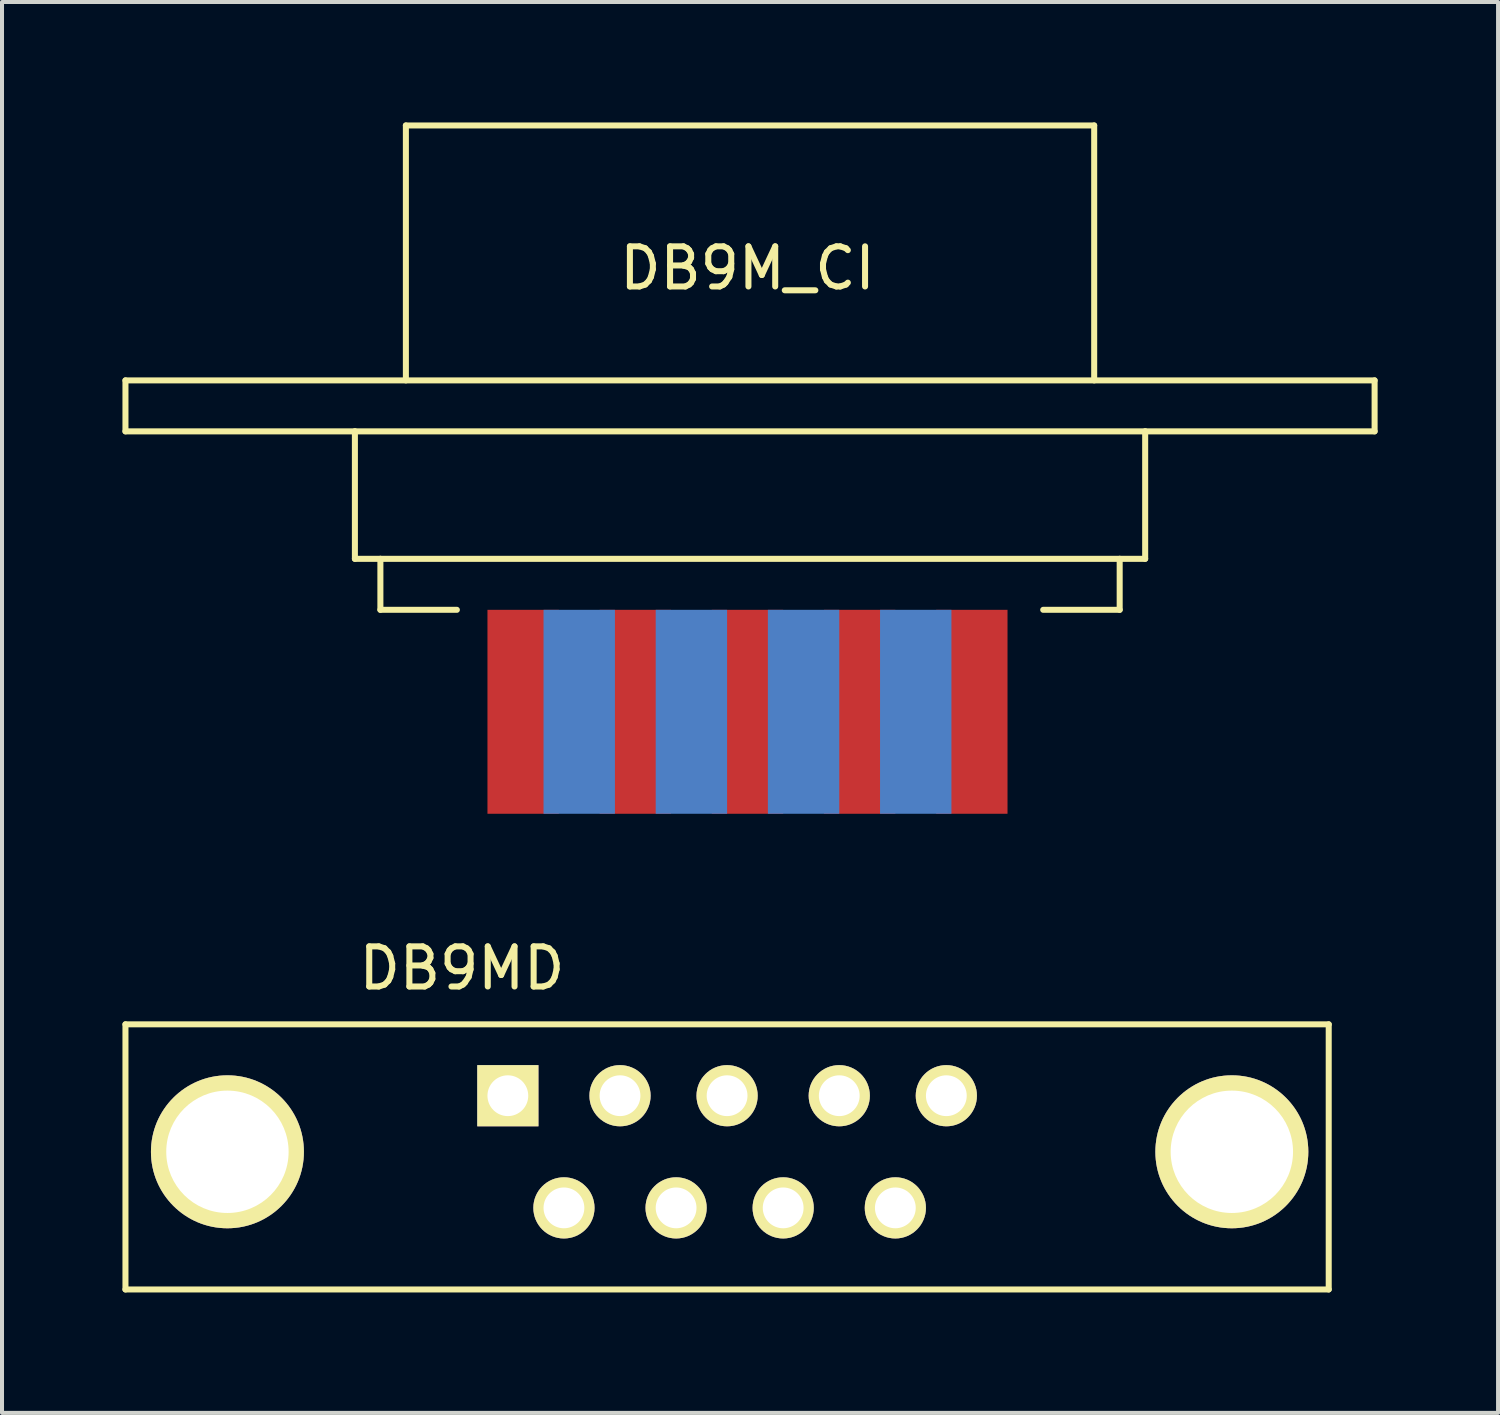
<source format=kicad_pcb>
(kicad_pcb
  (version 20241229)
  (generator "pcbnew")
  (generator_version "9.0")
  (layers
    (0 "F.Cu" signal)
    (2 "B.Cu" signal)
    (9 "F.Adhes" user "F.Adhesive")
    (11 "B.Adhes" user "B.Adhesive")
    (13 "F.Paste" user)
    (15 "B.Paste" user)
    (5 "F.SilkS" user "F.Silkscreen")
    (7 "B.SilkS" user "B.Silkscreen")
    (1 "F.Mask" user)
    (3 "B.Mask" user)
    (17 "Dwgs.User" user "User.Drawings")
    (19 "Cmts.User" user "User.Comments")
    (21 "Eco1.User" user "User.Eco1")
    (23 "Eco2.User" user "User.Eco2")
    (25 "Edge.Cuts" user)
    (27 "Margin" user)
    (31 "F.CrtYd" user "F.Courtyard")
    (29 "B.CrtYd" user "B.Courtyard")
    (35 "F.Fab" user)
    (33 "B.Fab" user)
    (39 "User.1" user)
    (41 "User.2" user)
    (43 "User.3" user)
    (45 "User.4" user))
  (footprint "DB9MD"
    (layer "F.Cu")
    (at 15.061 25.64)
    (property "Reference" "DB9MD" (at -6.604 -4.572 0) (layer "F.SilkS") (effects (font (size 1 1) (thickness 0.15))))
    (attr through_hole)
    (fp_line (start -14.986 -3.175) (end -14.986 3.429) (stroke (width 0.15) (type solid)) (layer "F.SilkS"))
    (fp_line (start -14.986 3.429) (end 14.986 3.429) (stroke (width 0.15) (type solid)) (layer "F.SilkS"))
    (fp_line (start 14.986 -3.175) (end -14.986 -3.175) (stroke (width 0.15) (type solid)) (layer "F.SilkS"))
    (fp_line (start 14.986 3.429) (end 14.986 -3.175) (stroke (width 0.15) (type solid)) (layer "F.SilkS"))
    (pad "0" thru_hole circle (at -12.446 0) (size 3.81 3.81) (drill 3.048) (layers "*.Cu" "*.Mask" "F.SilkS"))
    (pad "0" thru_hole circle (at 12.573 0) (size 3.81 3.81) (drill 3.048) (layers "*.Cu" "*.Mask" "F.SilkS"))
    (pad "1" thru_hole rect (at -5.461 -1.397) (size 1.524 1.524) (drill 1.016) (layers "*.Cu" "*.Mask" "F.SilkS"))
    (pad "2" thru_hole circle (at -2.667 -1.397) (size 1.524 1.524) (drill 1.016) (layers "*.Cu" "*.Mask" "F.SilkS"))
    (pad "3" thru_hole circle (at 0 -1.397) (size 1.524 1.524) (drill 1.016) (layers "*.Cu" "*.Mask" "F.SilkS"))
    (pad "4" thru_hole circle (at 2.794 -1.397) (size 1.524 1.524) (drill 1.016) (layers "*.Cu" "*.Mask" "F.SilkS"))
    (pad "5" thru_hole circle (at 5.461 -1.397) (size 1.524 1.524) (drill 1.016) (layers "*.Cu" "*.Mask" "F.SilkS"))
    (pad "6" thru_hole circle (at -4.064 1.397) (size 1.524 1.524) (drill 1.016) (layers "*.Cu" "*.Mask" "F.SilkS"))
    (pad "7" thru_hole circle (at -1.27 1.397) (size 1.524 1.524) (drill 1.016) (layers "*.Cu" "*.Mask" "F.SilkS"))
    (pad "8" thru_hole circle (at 1.397 1.397) (size 1.524 1.524) (drill 1.016) (layers "*.Cu" "*.Mask" "F.SilkS"))
    (pad "9" thru_hole circle (at 4.191 1.397) (size 1.524 1.524) (drill 1.016) (layers "*.Cu" "*.Mask" "F.SilkS")))
  (footprint "DB9M_CI"
    (layer "F.Cu")
    (at 15.569 12.013)
    (property "Reference" "DB9M_CI" (at 0 -8.382 0) (layer "F.SilkS") (effects (font (size 1 1) (thickness 0.15))))
    (attr through_hole)
    (fp_line (start -15.494 -5.588) (end 15.621 -5.588) (stroke (width 0.15) (type solid)) (layer "F.SilkS"))
    (fp_line (start -15.494 -4.318) (end -15.494 -5.588) (stroke (width 0.15) (type solid)) (layer "F.SilkS"))
    (fp_line (start -9.779 -4.318) (end -15.494 -4.318) (stroke (width 0.15) (type solid)) (layer "F.SilkS"))
    (fp_line (start -9.779 -1.143) (end -9.779 -4.318) (stroke (width 0.15) (type solid)) (layer "F.SilkS"))
    (fp_line (start -9.144 -1.143) (end -9.779 -1.143) (stroke (width 0.15) (type solid)) (layer "F.SilkS"))
    (fp_line (start -9.144 0.127) (end -9.144 -1.143) (stroke (width 0.15) (type solid)) (layer "F.SilkS"))
    (fp_line (start -8.509 -11.938) (end 8.636 -11.938) (stroke (width 0.15) (type solid)) (layer "F.SilkS"))
    (fp_line (start -8.509 -5.588) (end -8.509 -11.938) (stroke (width 0.15) (type solid)) (layer "F.SilkS"))
    (fp_line (start -7.239 0.127) (end -9.144 0.127) (stroke (width 0.15) (type solid)) (layer "F.SilkS"))
    (fp_line (start 7.366 0.127) (end 9.271 0.127) (stroke (width 0.15) (type solid)) (layer "F.SilkS"))
    (fp_line (start 8.636 -5.588) (end 8.636 -11.938) (stroke (width 0.15) (type solid)) (layer "F.SilkS"))
    (fp_line (start 9.271 -1.143) (end -9.144 -1.143) (stroke (width 0.15) (type solid)) (layer "F.SilkS"))
    (fp_line (start 9.271 0.127) (end 9.271 -1.143) (stroke (width 0.15) (type solid)) (layer "F.SilkS"))
    (fp_line (start 9.906 -4.318) (end -9.779 -4.318) (stroke (width 0.15) (type solid)) (layer "F.SilkS"))
    (fp_line (start 9.906 -1.143) (end 9.271 -1.143) (stroke (width 0.15) (type solid)) (layer "F.SilkS"))
    (fp_line (start 9.906 -1.143) (end 9.906 -4.318) (stroke (width 0.15) (type solid)) (layer "F.SilkS"))
    (fp_line (start 15.621 -4.318) (end 9.906 -4.318) (stroke (width 0.15) (type solid)) (layer "F.SilkS"))
    (fp_line (start 15.621 -4.318) (end 15.621 -5.588) (stroke (width 0.15) (type solid)) (layer "F.SilkS"))
    (pad "1" connect rect (at 5.588 2.667) (size 1.778 5.08) (layers "F.Cu" "F.Mask"))
    (pad "2" connect rect (at 2.794 2.667) (size 1.778 5.08) (layers "F.Cu" "F.Mask"))
    (pad "3" connect rect (at 0 2.667) (size 1.778 5.08) (layers "F.Cu" "F.Mask"))
    (pad "4" connect rect (at -2.794 2.667) (size 1.778 5.08) (layers "F.Cu" "F.Mask"))
    (pad "5" connect rect (at -5.588 2.667) (size 1.778 5.08) (layers "F.Cu" "F.Mask"))
    (pad "6" connect rect (at 4.191 2.667) (size 1.778 5.08) (layers "B.Cu" "B.Mask"))
    (pad "7" connect rect (at 1.397 2.667) (size 1.778 5.08) (layers "B.Cu" "B.Mask"))
    (pad "8" connect rect (at -1.397 2.667) (size 1.778 5.08) (layers "B.Cu" "B.Mask"))
    (pad "9" connect rect (at -4.191 2.667) (size 1.778 5.08) (layers "B.Cu" "B.Mask")))
  (gr_rect
    (start -3 -3)
    (end 34.265 32.144)
    (stroke (width 0.1) (type default))
    (fill no)
    (layer "Edge.Cuts")))
</source>
